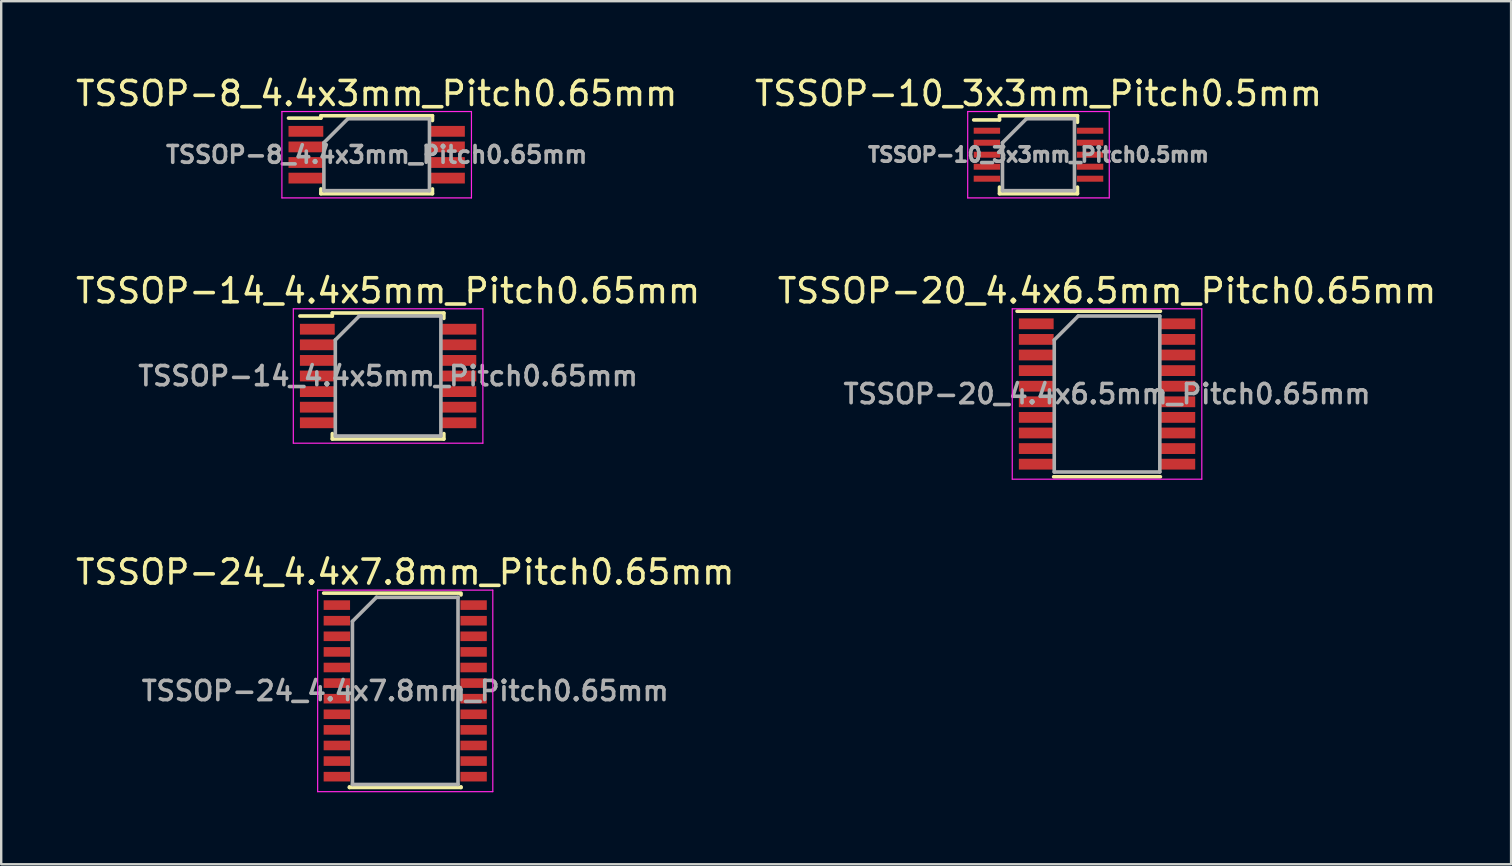
<source format=kicad_pcb>
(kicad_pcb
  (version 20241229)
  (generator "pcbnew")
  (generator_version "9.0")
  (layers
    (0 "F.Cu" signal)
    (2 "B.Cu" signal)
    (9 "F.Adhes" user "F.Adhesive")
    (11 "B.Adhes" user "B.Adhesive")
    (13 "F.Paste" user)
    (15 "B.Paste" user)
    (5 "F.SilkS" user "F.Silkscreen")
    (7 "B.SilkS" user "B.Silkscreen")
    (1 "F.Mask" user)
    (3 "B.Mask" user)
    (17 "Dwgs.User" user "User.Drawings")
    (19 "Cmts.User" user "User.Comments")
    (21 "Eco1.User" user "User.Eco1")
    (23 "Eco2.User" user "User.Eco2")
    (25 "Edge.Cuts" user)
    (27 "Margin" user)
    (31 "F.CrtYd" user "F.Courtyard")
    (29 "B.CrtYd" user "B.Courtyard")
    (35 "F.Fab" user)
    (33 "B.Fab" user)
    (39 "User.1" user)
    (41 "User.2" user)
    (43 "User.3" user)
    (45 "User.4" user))
  (footprint "TSSOP-20_4.4x6.5mm_Pitch0.65mm"
    (layer "F.Cu")
    (at 43.089 13.371)
    (property "Reference" "TSSOP-20_4.4x6.5mm_Pitch0.65mm" (at 0 -4.3 0) (layer "F.SilkS") (effects (font (size 1 1) (thickness 0.15))))
    (attr smd)
    (fp_line (start -3.75 -3.45) (end 2.225 -3.45) (stroke (width 0.15) (type solid)) (layer "F.SilkS"))
    (fp_line (start -2.225 3.45) (end 2.225 3.45) (stroke (width 0.15) (type solid)) (layer "F.SilkS"))
    (fp_line (start -3.95 -3.55) (end -3.95 3.55) (stroke (width 0.05) (type solid)) (layer "F.CrtYd"))
    (fp_line (start -3.95 -3.55) (end 3.95 -3.55) (stroke (width 0.05) (type solid)) (layer "F.CrtYd"))
    (fp_line (start -3.95 3.55) (end 3.95 3.55) (stroke (width 0.05) (type solid)) (layer "F.CrtYd"))
    (fp_line (start 3.95 -3.55) (end 3.95 3.55) (stroke (width 0.05) (type solid)) (layer "F.CrtYd"))
    (fp_line (start -2.2 -2.25) (end -1.2 -3.25) (stroke (width 0.15) (type solid)) (layer "F.Fab"))
    (fp_line (start -2.2 3.25) (end -2.2 -2.25) (stroke (width 0.15) (type solid)) (layer "F.Fab"))
    (fp_line (start -1.2 -3.25) (end 2.2 -3.25) (stroke (width 0.15) (type solid)) (layer "F.Fab"))
    (fp_line (start 2.2 -3.25) (end 2.2 3.25) (stroke (width 0.15) (type solid)) (layer "F.Fab"))
    (fp_line (start 2.2 3.25) (end -2.2 3.25) (stroke (width 0.15) (type solid)) (layer "F.Fab"))
    (fp_text user "${REFERENCE}" (at 0 0 0) (layer "F.Fab") (effects (font (size 0.8 0.8) (thickness 0.15))))
    (pad "1" smd rect (at -2.95 -2.925) (size 1.45 0.45) (layers "F.Cu" "F.Mask" "F.Paste"))
    (pad "2" smd rect (at -2.95 -2.275) (size 1.45 0.45) (layers "F.Cu" "F.Mask" "F.Paste"))
    (pad "3" smd rect (at -2.95 -1.625) (size 1.45 0.45) (layers "F.Cu" "F.Mask" "F.Paste"))
    (pad "4" smd rect (at -2.95 -0.975) (size 1.45 0.45) (layers "F.Cu" "F.Mask" "F.Paste"))
    (pad "5" smd rect (at -2.95 -0.325) (size 1.45 0.45) (layers "F.Cu" "F.Mask" "F.Paste"))
    (pad "6" smd rect (at -2.95 0.325) (size 1.45 0.45) (layers "F.Cu" "F.Mask" "F.Paste"))
    (pad "7" smd rect (at -2.95 0.975) (size 1.45 0.45) (layers "F.Cu" "F.Mask" "F.Paste"))
    (pad "8" smd rect (at -2.95 1.625) (size 1.45 0.45) (layers "F.Cu" "F.Mask" "F.Paste"))
    (pad "9" smd rect (at -2.95 2.275) (size 1.45 0.45) (layers "F.Cu" "F.Mask" "F.Paste"))
    (pad "10" smd rect (at -2.95 2.925) (size 1.45 0.45) (layers "F.Cu" "F.Mask" "F.Paste"))
    (pad "11" smd rect (at 2.95 2.925) (size 1.45 0.45) (layers "F.Cu" "F.Mask" "F.Paste"))
    (pad "12" smd rect (at 2.95 2.275) (size 1.45 0.45) (layers "F.Cu" "F.Mask" "F.Paste"))
    (pad "13" smd rect (at 2.95 1.625) (size 1.45 0.45) (layers "F.Cu" "F.Mask" "F.Paste"))
    (pad "14" smd rect (at 2.95 0.975) (size 1.45 0.45) (layers "F.Cu" "F.Mask" "F.Paste"))
    (pad "15" smd rect (at 2.95 0.325) (size 1.45 0.45) (layers "F.Cu" "F.Mask" "F.Paste"))
    (pad "16" smd rect (at 2.95 -0.325) (size 1.45 0.45) (layers "F.Cu" "F.Mask" "F.Paste"))
    (pad "17" smd rect (at 2.95 -0.975) (size 1.45 0.45) (layers "F.Cu" "F.Mask" "F.Paste"))
    (pad "18" smd rect (at 2.95 -1.625) (size 1.45 0.45) (layers "F.Cu" "F.Mask" "F.Paste"))
    (pad "19" smd rect (at 2.95 -2.275) (size 1.45 0.45) (layers "F.Cu" "F.Mask" "F.Paste"))
    (pad "20" smd rect (at 2.95 -2.925) (size 1.45 0.45) (layers "F.Cu" "F.Mask" "F.Paste")))
  (footprint "TSSOP-10_3x3mm_Pitch0.5mm"
    (layer "F.Cu")
    (at 40.232 3.398)
    (property "Reference" "TSSOP-10_3x3mm_Pitch0.5mm" (at 0 -2.55 0) (layer "F.SilkS") (effects (font (size 1 1) (thickness 0.15))))
    (attr smd)
    (fp_line (start -1.625 -1.625) (end -1.625 -1.45) (stroke (width 0.15) (type solid)) (layer "F.SilkS"))
    (fp_line (start -1.625 -1.625) (end 1.625 -1.625) (stroke (width 0.15) (type solid)) (layer "F.SilkS"))
    (fp_line (start -1.625 -1.45) (end -2.7 -1.45) (stroke (width 0.15) (type solid)) (layer "F.SilkS"))
    (fp_line (start -1.625 1.625) (end -1.625 1.35) (stroke (width 0.15) (type solid)) (layer "F.SilkS"))
    (fp_line (start -1.625 1.625) (end 1.625 1.625) (stroke (width 0.15) (type solid)) (layer "F.SilkS"))
    (fp_line (start 1.625 -1.625) (end 1.625 -1.35) (stroke (width 0.15) (type solid)) (layer "F.SilkS"))
    (fp_line (start 1.625 1.625) (end 1.625 1.35) (stroke (width 0.15) (type solid)) (layer "F.SilkS"))
    (fp_line (start -2.95 -1.8) (end -2.95 1.8) (stroke (width 0.05) (type solid)) (layer "F.CrtYd"))
    (fp_line (start -2.95 -1.8) (end 2.95 -1.8) (stroke (width 0.05) (type solid)) (layer "F.CrtYd"))
    (fp_line (start -2.95 1.8) (end 2.95 1.8) (stroke (width 0.05) (type solid)) (layer "F.CrtYd"))
    (fp_line (start 2.95 -1.8) (end 2.95 1.8) (stroke (width 0.05) (type solid)) (layer "F.CrtYd"))
    (fp_line (start -1.5 -0.5) (end -0.5 -1.5) (stroke (width 0.15) (type solid)) (layer "F.Fab"))
    (fp_line (start -1.5 1.5) (end -1.5 -0.5) (stroke (width 0.15) (type solid)) (layer "F.Fab"))
    (fp_line (start -0.5 -1.5) (end 1.5 -1.5) (stroke (width 0.15) (type solid)) (layer "F.Fab"))
    (fp_line (start 1.5 -1.5) (end 1.5 1.5) (stroke (width 0.15) (type solid)) (layer "F.Fab"))
    (fp_line (start 1.5 1.5) (end -1.5 1.5) (stroke (width 0.15) (type solid)) (layer "F.Fab"))
    (fp_text user "${REFERENCE}" (at 0 0 0) (layer "F.Fab") (effects (font (size 0.6 0.6) (thickness 0.15))))
    (pad "1" smd rect (at -2.15 -1) (size 1.1 0.25) (layers "F.Cu" "F.Mask" "F.Paste"))
    (pad "2" smd rect (at -2.15 -0.5) (size 1.1 0.25) (layers "F.Cu" "F.Mask" "F.Paste"))
    (pad "3" smd rect (at -2.15 0) (size 1.1 0.25) (layers "F.Cu" "F.Mask" "F.Paste"))
    (pad "4" smd rect (at -2.15 0.5) (size 1.1 0.25) (layers "F.Cu" "F.Mask" "F.Paste"))
    (pad "5" smd rect (at -2.15 1) (size 1.1 0.25) (layers "F.Cu" "F.Mask" "F.Paste"))
    (pad "6" smd rect (at 2.15 1) (size 1.1 0.25) (layers "F.Cu" "F.Mask" "F.Paste"))
    (pad "7" smd rect (at 2.15 0.5) (size 1.1 0.25) (layers "F.Cu" "F.Mask" "F.Paste"))
    (pad "8" smd rect (at 2.15 0) (size 1.1 0.25) (layers "F.Cu" "F.Mask" "F.Paste"))
    (pad "9" smd rect (at 2.15 -0.5) (size 1.1 0.25) (layers "F.Cu" "F.Mask" "F.Paste"))
    (pad "10" smd rect (at 2.15 -1) (size 1.1 0.25) (layers "F.Cu" "F.Mask" "F.Paste")))
  (footprint "TSSOP-24_4.4x7.8mm_Pitch0.65mm"
    (layer "F.Cu")
    (at 13.839 25.745)
    (property "Reference" "TSSOP-24_4.4x7.8mm_Pitch0.65mm" (at 0 -4.95 0) (layer "F.SilkS") (effects (font (size 1 1) (thickness 0.15))))
    (attr smd)
    (fp_line (start -3.4 -4.075) (end 2.325 -4.075) (stroke (width 0.15) (type solid)) (layer "F.SilkS"))
    (fp_line (start -2.325 4.025) (end -2.325 4) (stroke (width 0.15) (type solid)) (layer "F.SilkS"))
    (fp_line (start -2.325 4.025) (end 2.325 4.025) (stroke (width 0.15) (type solid)) (layer "F.SilkS"))
    (fp_line (start 2.325 -4.025) (end 2.325 -4) (stroke (width 0.15) (type solid)) (layer "F.SilkS"))
    (fp_line (start 2.325 4.025) (end 2.325 4) (stroke (width 0.15) (type solid)) (layer "F.SilkS"))
    (fp_line (start -3.65 -4.2) (end -3.65 4.2) (stroke (width 0.05) (type solid)) (layer "F.CrtYd"))
    (fp_line (start -3.65 -4.2) (end 3.65 -4.2) (stroke (width 0.05) (type solid)) (layer "F.CrtYd"))
    (fp_line (start -3.65 4.2) (end 3.65 4.2) (stroke (width 0.05) (type solid)) (layer "F.CrtYd"))
    (fp_line (start 3.65 -4.2) (end 3.65 4.2) (stroke (width 0.05) (type solid)) (layer "F.CrtYd"))
    (fp_line (start -2.2 -2.9) (end -1.2 -3.9) (stroke (width 0.15) (type solid)) (layer "F.Fab"))
    (fp_line (start -2.2 3.9) (end -2.2 -2.9) (stroke (width 0.15) (type solid)) (layer "F.Fab"))
    (fp_line (start -1.2 -3.9) (end 2.2 -3.9) (stroke (width 0.15) (type solid)) (layer "F.Fab"))
    (fp_line (start 2.2 -3.9) (end 2.2 3.9) (stroke (width 0.15) (type solid)) (layer "F.Fab"))
    (fp_line (start 2.2 3.9) (end -2.2 3.9) (stroke (width 0.15) (type solid)) (layer "F.Fab"))
    (fp_text user "${REFERENCE}" (at 0 0 0) (layer "F.Fab") (effects (font (size 0.8 0.8) (thickness 0.15))))
    (pad "1" smd rect (at -2.85 -3.575) (size 1.1 0.4) (layers "F.Cu" "F.Mask" "F.Paste"))
    (pad "2" smd rect (at -2.85 -2.925) (size 1.1 0.4) (layers "F.Cu" "F.Mask" "F.Paste"))
    (pad "3" smd rect (at -2.85 -2.275) (size 1.1 0.4) (layers "F.Cu" "F.Mask" "F.Paste"))
    (pad "4" smd rect (at -2.85 -1.625) (size 1.1 0.4) (layers "F.Cu" "F.Mask" "F.Paste"))
    (pad "5" smd rect (at -2.85 -0.975) (size 1.1 0.4) (layers "F.Cu" "F.Mask" "F.Paste"))
    (pad "6" smd rect (at -2.85 -0.325) (size 1.1 0.4) (layers "F.Cu" "F.Mask" "F.Paste"))
    (pad "7" smd rect (at -2.85 0.325) (size 1.1 0.4) (layers "F.Cu" "F.Mask" "F.Paste"))
    (pad "8" smd rect (at -2.85 0.975) (size 1.1 0.4) (layers "F.Cu" "F.Mask" "F.Paste"))
    (pad "9" smd rect (at -2.85 1.625) (size 1.1 0.4) (layers "F.Cu" "F.Mask" "F.Paste"))
    (pad "10" smd rect (at -2.85 2.275) (size 1.1 0.4) (layers "F.Cu" "F.Mask" "F.Paste"))
    (pad "11" smd rect (at -2.85 2.925) (size 1.1 0.4) (layers "F.Cu" "F.Mask" "F.Paste"))
    (pad "12" smd rect (at -2.85 3.575) (size 1.1 0.4) (layers "F.Cu" "F.Mask" "F.Paste"))
    (pad "13" smd rect (at 2.85 3.575) (size 1.1 0.4) (layers "F.Cu" "F.Mask" "F.Paste"))
    (pad "14" smd rect (at 2.85 2.925) (size 1.1 0.4) (layers "F.Cu" "F.Mask" "F.Paste"))
    (pad "15" smd rect (at 2.85 2.275) (size 1.1 0.4) (layers "F.Cu" "F.Mask" "F.Paste"))
    (pad "16" smd rect (at 2.85 1.625) (size 1.1 0.4) (layers "F.Cu" "F.Mask" "F.Paste"))
    (pad "17" smd rect (at 2.85 0.975) (size 1.1 0.4) (layers "F.Cu" "F.Mask" "F.Paste"))
    (pad "18" smd rect (at 2.85 0.325) (size 1.1 0.4) (layers "F.Cu" "F.Mask" "F.Paste"))
    (pad "19" smd rect (at 2.85 -0.325) (size 1.1 0.4) (layers "F.Cu" "F.Mask" "F.Paste"))
    (pad "20" smd rect (at 2.85 -0.975) (size 1.1 0.4) (layers "F.Cu" "F.Mask" "F.Paste"))
    (pad "21" smd rect (at 2.85 -1.625) (size 1.1 0.4) (layers "F.Cu" "F.Mask" "F.Paste"))
    (pad "22" smd rect (at 2.85 -2.275) (size 1.1 0.4) (layers "F.Cu" "F.Mask" "F.Paste"))
    (pad "23" smd rect (at 2.85 -2.925) (size 1.1 0.4) (layers "F.Cu" "F.Mask" "F.Paste"))
    (pad "24" smd rect (at 2.85 -3.575) (size 1.1 0.4) (layers "F.Cu" "F.Mask" "F.Paste")))
  (footprint "TSSOP-8_4.4x3mm_Pitch0.65mm"
    (layer "F.Cu")
    (at 12.649 3.398)
    (property "Reference" "TSSOP-8_4.4x3mm_Pitch0.65mm" (at 0 -2.55 0) (layer "F.SilkS") (effects (font (size 1 1) (thickness 0.15))))
    (attr smd)
    (fp_line (start -2.325 -1.625) (end -2.325 -1.525) (stroke (width 0.15) (type solid)) (layer "F.SilkS"))
    (fp_line (start -2.325 -1.625) (end 2.325 -1.625) (stroke (width 0.15) (type solid)) (layer "F.SilkS"))
    (fp_line (start -2.325 -1.525) (end -3.675 -1.525) (stroke (width 0.15) (type solid)) (layer "F.SilkS"))
    (fp_line (start -2.325 1.625) (end -2.325 1.425) (stroke (width 0.15) (type solid)) (layer "F.SilkS"))
    (fp_line (start -2.325 1.625) (end 2.325 1.625) (stroke (width 0.15) (type solid)) (layer "F.SilkS"))
    (fp_line (start 2.325 -1.625) (end 2.325 -1.425) (stroke (width 0.15) (type solid)) (layer "F.SilkS"))
    (fp_line (start 2.325 1.625) (end 2.325 1.425) (stroke (width 0.15) (type solid)) (layer "F.SilkS"))
    (fp_line (start -3.95 -1.8) (end -3.95 1.8) (stroke (width 0.05) (type solid)) (layer "F.CrtYd"))
    (fp_line (start -3.95 -1.8) (end 3.95 -1.8) (stroke (width 0.05) (type solid)) (layer "F.CrtYd"))
    (fp_line (start -3.95 1.8) (end 3.95 1.8) (stroke (width 0.05) (type solid)) (layer "F.CrtYd"))
    (fp_line (start 3.95 -1.8) (end 3.95 1.8) (stroke (width 0.05) (type solid)) (layer "F.CrtYd"))
    (fp_line (start -2.2 -0.5) (end -1.2 -1.5) (stroke (width 0.15) (type solid)) (layer "F.Fab"))
    (fp_line (start -2.2 1.5) (end -2.2 -0.5) (stroke (width 0.15) (type solid)) (layer "F.Fab"))
    (fp_line (start -1.2 -1.5) (end 2.2 -1.5) (stroke (width 0.15) (type solid)) (layer "F.Fab"))
    (fp_line (start 2.2 -1.5) (end 2.2 1.5) (stroke (width 0.15) (type solid)) (layer "F.Fab"))
    (fp_line (start 2.2 1.5) (end -2.2 1.5) (stroke (width 0.15) (type solid)) (layer "F.Fab"))
    (fp_text user "${REFERENCE}" (at 0 0 0) (layer "F.Fab") (effects (font (size 0.7 0.7) (thickness 0.15))))
    (pad "1" smd rect (at -2.95 -0.975) (size 1.45 0.45) (layers "F.Cu" "F.Mask" "F.Paste"))
    (pad "2" smd rect (at -2.95 -0.325) (size 1.45 0.45) (layers "F.Cu" "F.Mask" "F.Paste"))
    (pad "3" smd rect (at -2.95 0.325) (size 1.45 0.45) (layers "F.Cu" "F.Mask" "F.Paste"))
    (pad "4" smd rect (at -2.95 0.975) (size 1.45 0.45) (layers "F.Cu" "F.Mask" "F.Paste"))
    (pad "5" smd rect (at 2.95 0.975) (size 1.45 0.45) (layers "F.Cu" "F.Mask" "F.Paste"))
    (pad "6" smd rect (at 2.95 0.325) (size 1.45 0.45) (layers "F.Cu" "F.Mask" "F.Paste"))
    (pad "7" smd rect (at 2.95 -0.325) (size 1.45 0.45) (layers "F.Cu" "F.Mask" "F.Paste"))
    (pad "8" smd rect (at 2.95 -0.975) (size 1.45 0.45) (layers "F.Cu" "F.Mask" "F.Paste")))
  (footprint "TSSOP-14_4.4x5mm_Pitch0.65mm"
    (layer "F.Cu")
    (at 13.125 12.621)
    (property "Reference" "TSSOP-14_4.4x5mm_Pitch0.65mm" (at 0 -3.55 0) (layer "F.SilkS") (effects (font (size 1 1) (thickness 0.15))))
    (attr smd)
    (fp_line (start -2.325 -2.625) (end -2.325 -2.5) (stroke (width 0.15) (type solid)) (layer "F.SilkS"))
    (fp_line (start -2.325 -2.625) (end 2.325 -2.625) (stroke (width 0.15) (type solid)) (layer "F.SilkS"))
    (fp_line (start -2.325 -2.5) (end -3.675 -2.5) (stroke (width 0.15) (type solid)) (layer "F.SilkS"))
    (fp_line (start -2.325 2.625) (end -2.325 2.4) (stroke (width 0.15) (type solid)) (layer "F.SilkS"))
    (fp_line (start -2.325 2.625) (end 2.325 2.625) (stroke (width 0.15) (type solid)) (layer "F.SilkS"))
    (fp_line (start 2.325 -2.625) (end 2.325 -2.4) (stroke (width 0.15) (type solid)) (layer "F.SilkS"))
    (fp_line (start 2.325 2.625) (end 2.325 2.4) (stroke (width 0.15) (type solid)) (layer "F.SilkS"))
    (fp_line (start -3.95 -2.8) (end -3.95 2.8) (stroke (width 0.05) (type solid)) (layer "F.CrtYd"))
    (fp_line (start -3.95 -2.8) (end 3.95 -2.8) (stroke (width 0.05) (type solid)) (layer "F.CrtYd"))
    (fp_line (start -3.95 2.8) (end 3.95 2.8) (stroke (width 0.05) (type solid)) (layer "F.CrtYd"))
    (fp_line (start 3.95 -2.8) (end 3.95 2.8) (stroke (width 0.05) (type solid)) (layer "F.CrtYd"))
    (fp_line (start -2.2 -1.5) (end -1.2 -2.5) (stroke (width 0.15) (type solid)) (layer "F.Fab"))
    (fp_line (start -2.2 2.5) (end -2.2 -1.5) (stroke (width 0.15) (type solid)) (layer "F.Fab"))
    (fp_line (start -1.2 -2.5) (end 2.2 -2.5) (stroke (width 0.15) (type solid)) (layer "F.Fab"))
    (fp_line (start 2.2 -2.5) (end 2.2 2.5) (stroke (width 0.15) (type solid)) (layer "F.Fab"))
    (fp_line (start 2.2 2.5) (end -2.2 2.5) (stroke (width 0.15) (type solid)) (layer "F.Fab"))
    (fp_text user "${REFERENCE}" (at 0 0 0) (layer "F.Fab") (effects (font (size 0.8 0.8) (thickness 0.15))))
    (pad "1" smd rect (at -2.95 -1.95) (size 1.45 0.45) (layers "F.Cu" "F.Mask" "F.Paste"))
    (pad "2" smd rect (at -2.95 -1.3) (size 1.45 0.45) (layers "F.Cu" "F.Mask" "F.Paste"))
    (pad "3" smd rect (at -2.95 -0.65) (size 1.45 0.45) (layers "F.Cu" "F.Mask" "F.Paste"))
    (pad "4" smd rect (at -2.95 0) (size 1.45 0.45) (layers "F.Cu" "F.Mask" "F.Paste"))
    (pad "5" smd rect (at -2.95 0.65) (size 1.45 0.45) (layers "F.Cu" "F.Mask" "F.Paste"))
    (pad "6" smd rect (at -2.95 1.3) (size 1.45 0.45) (layers "F.Cu" "F.Mask" "F.Paste"))
    (pad "7" smd rect (at -2.95 1.95) (size 1.45 0.45) (layers "F.Cu" "F.Mask" "F.Paste"))
    (pad "8" smd rect (at 2.95 1.95) (size 1.45 0.45) (layers "F.Cu" "F.Mask" "F.Paste"))
    (pad "9" smd rect (at 2.95 1.3) (size 1.45 0.45) (layers "F.Cu" "F.Mask" "F.Paste"))
    (pad "10" smd rect (at 2.95 0.65) (size 1.45 0.45) (layers "F.Cu" "F.Mask" "F.Paste"))
    (pad "11" smd rect (at 2.95 0) (size 1.45 0.45) (layers "F.Cu" "F.Mask" "F.Paste"))
    (pad "12" smd rect (at 2.95 -0.65) (size 1.45 0.45) (layers "F.Cu" "F.Mask" "F.Paste"))
    (pad "13" smd rect (at 2.95 -1.3) (size 1.45 0.45) (layers "F.Cu" "F.Mask" "F.Paste"))
    (pad "14" smd rect (at 2.95 -1.95) (size 1.45 0.45) (layers "F.Cu" "F.Mask" "F.Paste")))
  (gr_rect
    (start -3 -3)
    (end 59.929 32.97)
    (stroke (width 0.1) (type default))
    (fill no)
    (layer "Edge.Cuts")))
</source>
